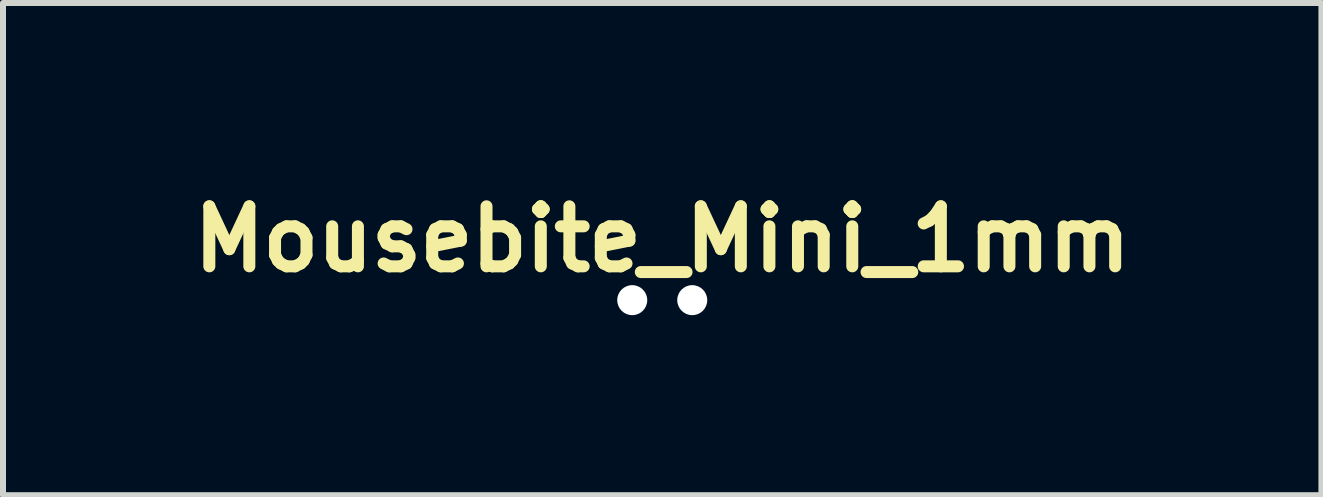
<source format=kicad_pcb>
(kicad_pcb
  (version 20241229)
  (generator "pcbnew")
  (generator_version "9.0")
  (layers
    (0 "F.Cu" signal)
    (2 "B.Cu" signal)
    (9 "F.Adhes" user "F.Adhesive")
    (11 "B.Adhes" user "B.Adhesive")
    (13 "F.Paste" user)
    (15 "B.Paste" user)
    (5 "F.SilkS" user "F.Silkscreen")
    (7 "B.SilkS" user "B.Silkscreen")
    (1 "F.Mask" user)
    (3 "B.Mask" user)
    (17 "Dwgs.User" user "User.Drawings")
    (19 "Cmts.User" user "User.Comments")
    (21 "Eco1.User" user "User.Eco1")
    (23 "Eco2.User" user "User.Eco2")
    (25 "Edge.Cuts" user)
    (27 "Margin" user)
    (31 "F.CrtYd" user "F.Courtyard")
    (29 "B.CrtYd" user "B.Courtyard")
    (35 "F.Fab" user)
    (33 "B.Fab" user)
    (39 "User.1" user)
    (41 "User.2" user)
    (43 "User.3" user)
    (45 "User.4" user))
  (footprint "Mousebite_Mini_1mm"
    (layer "F.Cu")
    (at 7.986 1.952)
    (property "Reference" "Mousebite_Mini_1mm" (at 0 -1.016 0) (layer "F.SilkS") (effects (font (size 1 1) (thickness 0.2))))
    (attr through_hole)
    (pad "" np_thru_hole circle (at -0.5 0) (size 0.5 0.5) (drill 0.5) (layers "*.Cu"))
    (pad "" np_thru_hole circle (at 0.5 0) (size 0.5 0.5) (drill 0.5) (layers "*.Cu")))
  (gr_rect
    (start -3 -3)
    (end 18.971 5.202)
    (stroke (width 0.1) (type default))
    (fill no)
    (layer "Edge.Cuts")))
</source>
